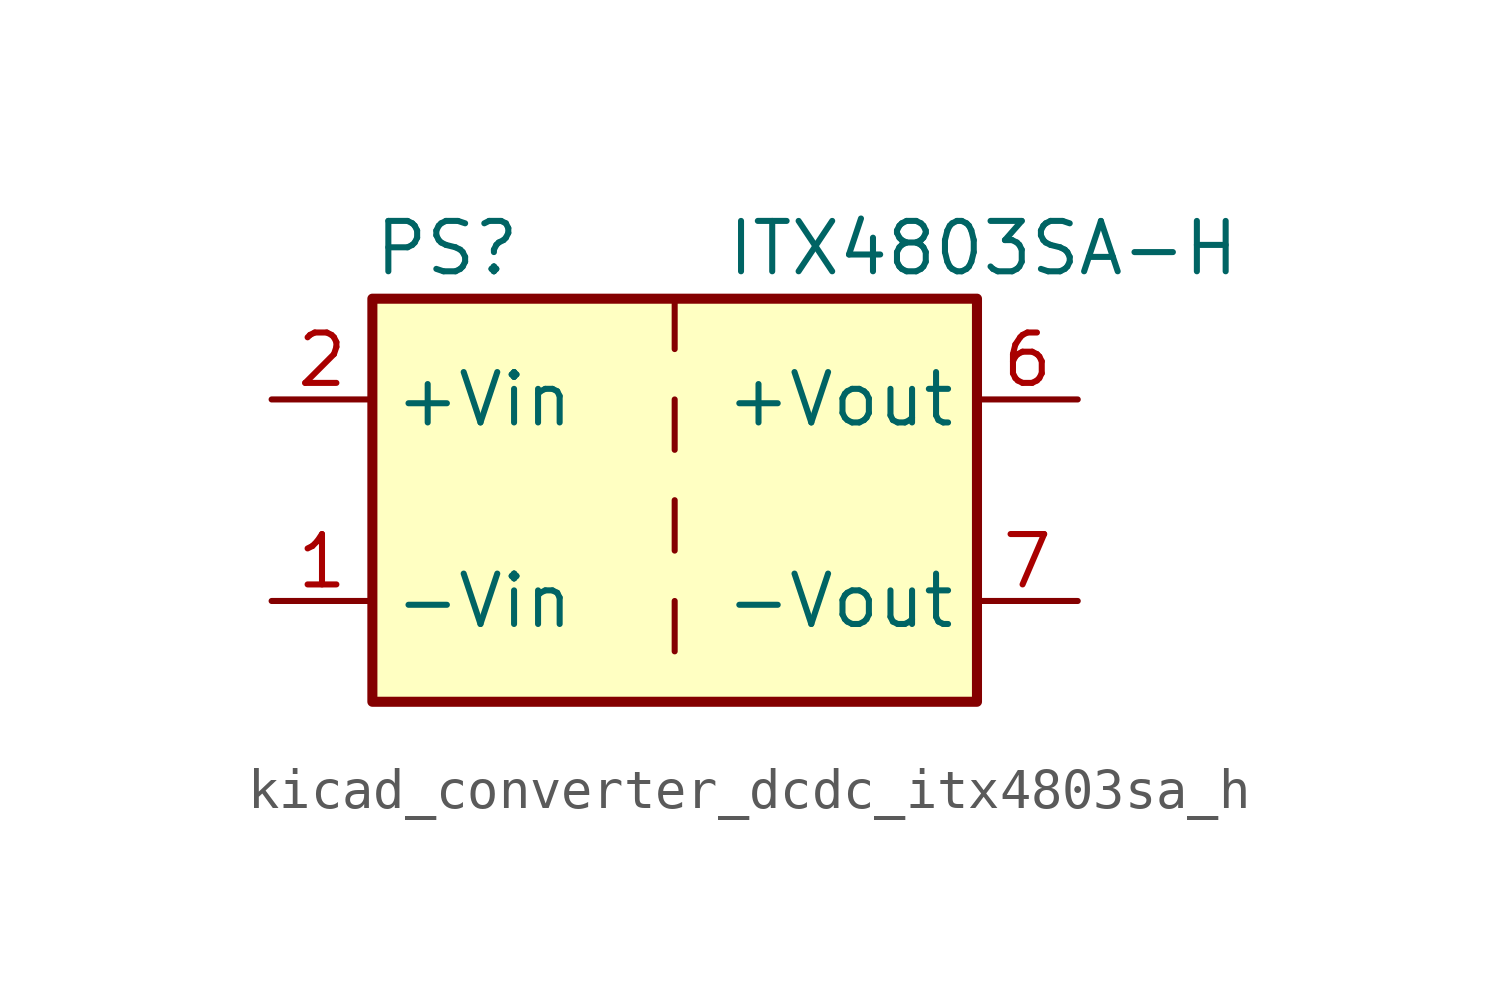
<source format=kicad_sym>
(kicad_symbol_lib
  (version 20220914)
  (generator kicad_symbol_editor)
  (symbol "kicad_converter_dcdc_itx4803sa_h"
    (property "Reference" "PS"
      (at -7.62 6.35 0)
      (effects (font (size 1.27 1.27)) (justify left)))
    (property "Value" "ITX4803SA-H"
      (at 1.27 6.35 0)
      (effects (font (size 1.27 1.27)) (justify left)))
    (symbol "kicad_converter_dcdc_itx4803sa_h_0_0"
      (pin power_in line (at -10.16 -2.54 0) (length 2.54) (name "-Vin" (effects (font (size 1.27 1.27)))) (number "1" (effects (font (size 1.27 1.27)))))
      (pin power_in line (at -10.16 2.54 0) (length 2.54) (name "+Vin" (effects (font (size 1.27 1.27)))) (number "2" (effects (font (size 1.27 1.27)))))
      (pin power_out line (at 10.16 2.54 180) (length 2.54) (name "+Vout" (effects (font (size 1.27 1.27)))) (number "6" (effects (font (size 1.27 1.27)))))
      (pin power_out line (at 10.16 -2.54 180) (length 2.54) (name "-Vout" (effects (font (size 1.27 1.27)))) (number "7" (effects (font (size 1.27 1.27)))))
      (pin no_connect line (at 7.62 0 180) (length 2.54) hide (name "NC" (effects (font (size 1.27 1.27)))) (number "8" (effects (font (size 1.27 1.27))))))
    (symbol "kicad_converter_dcdc_itx4803sa_h_0_1"
      (rectangle (start -7.62 5.08) (end 7.62 -5.08) (stroke (width 0.254) (type default)) (fill (type background)))
      (polyline (pts (xy 0 -2.54) (xy 0 -3.81)) (stroke (width 0) (type default)) (fill (type none)))
      (polyline (pts (xy 0 0) (xy 0 -1.27)) (stroke (width 0) (type default)) (fill (type none)))
      (polyline (pts (xy 0 2.54) (xy 0 1.27)) (stroke (width 0) (type default)) (fill (type none)))
      (polyline (pts (xy 0 5.08) (xy 0 3.81)) (stroke (width 0) (type default)) (fill (type none))))))
</source>
